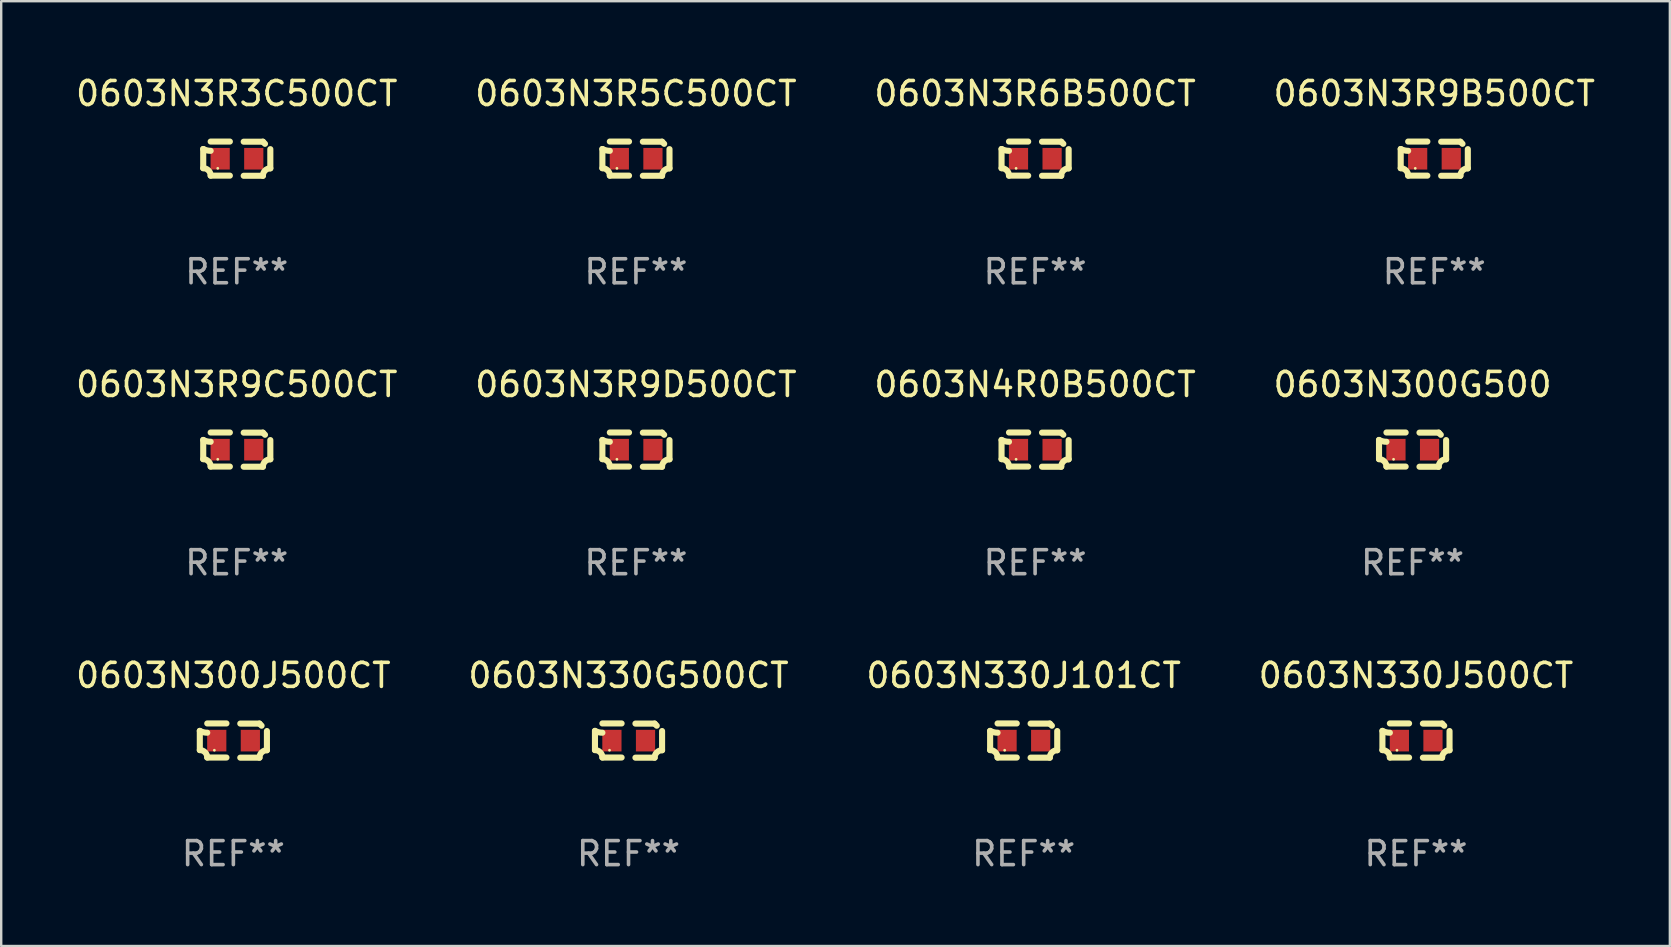
<source format=kicad_pcb>
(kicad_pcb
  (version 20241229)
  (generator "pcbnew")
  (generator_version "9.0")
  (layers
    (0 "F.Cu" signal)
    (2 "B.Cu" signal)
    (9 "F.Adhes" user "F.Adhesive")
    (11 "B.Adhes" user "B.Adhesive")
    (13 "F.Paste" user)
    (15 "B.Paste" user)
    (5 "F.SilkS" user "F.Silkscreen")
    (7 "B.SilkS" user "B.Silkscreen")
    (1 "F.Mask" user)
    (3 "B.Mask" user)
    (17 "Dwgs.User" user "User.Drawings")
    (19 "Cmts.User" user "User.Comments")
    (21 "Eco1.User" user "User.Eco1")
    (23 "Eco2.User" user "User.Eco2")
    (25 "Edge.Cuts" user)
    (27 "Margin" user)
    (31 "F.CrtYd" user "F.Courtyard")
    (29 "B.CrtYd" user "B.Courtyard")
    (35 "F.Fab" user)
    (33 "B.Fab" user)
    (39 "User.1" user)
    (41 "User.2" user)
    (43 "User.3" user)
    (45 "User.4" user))
  (footprint "0603N3R9B500CT"
    (layer "F.Cu")
    (at 56.708 3.561)
    (property "Reference" "0603N3R9B500CT" (at 0 -2.713 0) (layer "F.SilkS") (effects (font (size 1 1) (thickness 0.15))))
    (attr through_hole)
    (fp_line (start -1.398 -0.403) (end -1.398 0.397) (stroke (width 0.254) (type solid)) (layer "F.SilkS"))
    (fp_line (start -0.288 -0.713) (end -1.088 -0.713) (stroke (width 0.254) (type solid)) (layer "F.SilkS"))
    (fp_line (start -0.288 0.707) (end -1.088 0.707) (stroke (width 0.254) (type solid)) (layer "F.SilkS"))
    (fp_line (start 0.288 -0.707) (end 1.088 -0.707) (stroke (width 0.254) (type solid)) (layer "F.SilkS"))
    (fp_line (start 0.288 0.713) (end 1.088 0.713) (stroke (width 0.254) (type solid)) (layer "F.SilkS"))
    (fp_line (start 1.398 -0.397) (end 1.398 0.403) (stroke (width 0.254) (type solid)) (layer "F.SilkS"))
    (fp_arc (start -1.397789 0.397066) (mid -1.178701 0.487826) (end -1.08796 0.706922) (stroke (width 0.254001) (type solid)) (layer "F.SilkS"))
    (fp_arc (start -1.08796 -0.327176) (mid -1.247436 -0.346384) (end -1.39779 -0.402908) (stroke (width 0.254001) (type solid)) (layer "F.SilkS"))
    (fp_arc (start 1.087909 0.712738) (mid 1.178656 0.493655) (end 1.397739 0.402908) (stroke (width 0.254001) (type solid)) (layer "F.SilkS"))
    (fp_arc (start 1.175925 -0.618926) (mid 1.131917 -0.662923) (end 1.08791 -0.706922) (stroke (width 0.254001) (type solid)) (layer "F.SilkS"))
    (fp_circle (center -0.792 0.403) (end -0.762 0.403) (stroke (width 0.06) (type solid)) (fill no) (layer "F.SilkS"))
    (fp_text user "REF**" (at 0 4.713 0) (layer "F.Fab") (effects (font (size 1 1) (thickness 0.15))))
    (pad "1" smd rect (at -0.692 0.003) (size 0.8 0.9) (layers "F.Cu" "F.Mask" "F.Paste"))
    (pad "2" smd rect (at 0.708 0.003) (size 0.8 0.9) (layers "F.Cu" "F.Mask" "F.Paste")))
  (footprint "0603N3R3C500CT"
    (layer "F.Cu")
    (at 6.815 3.561)
    (property "Reference" "0603N3R3C500CT" (at 0 -2.713 0) (layer "F.SilkS") (effects (font (size 1 1) (thickness 0.15))))
    (attr through_hole)
    (fp_line (start -1.398 -0.403) (end -1.398 0.397) (stroke (width 0.254) (type solid)) (layer "F.SilkS"))
    (fp_line (start -0.288 -0.713) (end -1.088 -0.713) (stroke (width 0.254) (type solid)) (layer "F.SilkS"))
    (fp_line (start -0.288 0.707) (end -1.088 0.707) (stroke (width 0.254) (type solid)) (layer "F.SilkS"))
    (fp_line (start 0.288 -0.707) (end 1.088 -0.707) (stroke (width 0.254) (type solid)) (layer "F.SilkS"))
    (fp_line (start 0.288 0.713) (end 1.088 0.713) (stroke (width 0.254) (type solid)) (layer "F.SilkS"))
    (fp_line (start 1.398 -0.397) (end 1.398 0.403) (stroke (width 0.254) (type solid)) (layer "F.SilkS"))
    (fp_arc (start -1.397789 0.397066) (mid -1.178701 0.487826) (end -1.08796 0.706922) (stroke (width 0.254001) (type solid)) (layer "F.SilkS"))
    (fp_arc (start -1.08796 -0.327176) (mid -1.247436 -0.346384) (end -1.39779 -0.402908) (stroke (width 0.254001) (type solid)) (layer "F.SilkS"))
    (fp_arc (start 1.087909 0.712738) (mid 1.178656 0.493655) (end 1.397739 0.402908) (stroke (width 0.254001) (type solid)) (layer "F.SilkS"))
    (fp_arc (start 1.175925 -0.618926) (mid 1.131917 -0.662923) (end 1.08791 -0.706922) (stroke (width 0.254001) (type solid)) (layer "F.SilkS"))
    (fp_circle (center -0.792 0.403) (end -0.762 0.403) (stroke (width 0.06) (type solid)) (fill no) (layer "F.SilkS"))
    (fp_text user "REF**" (at 0 4.713 0) (layer "F.Fab") (effects (font (size 1 1) (thickness 0.15))))
    (pad "1" smd rect (at -0.692 0.003) (size 0.8 0.9) (layers "F.Cu" "F.Mask" "F.Paste"))
    (pad "2" smd rect (at 0.708 0.003) (size 0.8 0.9) (layers "F.Cu" "F.Mask" "F.Paste")))
  (footprint "0603N3R6B500CT"
    (layer "F.Cu")
    (at 40.077 3.561)
    (property "Reference" "0603N3R6B500CT" (at 0 -2.713 0) (layer "F.SilkS") (effects (font (size 1 1) (thickness 0.15))))
    (attr through_hole)
    (fp_line (start -1.398 -0.403) (end -1.398 0.397) (stroke (width 0.254) (type solid)) (layer "F.SilkS"))
    (fp_line (start -0.288 -0.713) (end -1.088 -0.713) (stroke (width 0.254) (type solid)) (layer "F.SilkS"))
    (fp_line (start -0.288 0.707) (end -1.088 0.707) (stroke (width 0.254) (type solid)) (layer "F.SilkS"))
    (fp_line (start 0.288 -0.707) (end 1.088 -0.707) (stroke (width 0.254) (type solid)) (layer "F.SilkS"))
    (fp_line (start 0.288 0.713) (end 1.088 0.713) (stroke (width 0.254) (type solid)) (layer "F.SilkS"))
    (fp_line (start 1.398 -0.397) (end 1.398 0.403) (stroke (width 0.254) (type solid)) (layer "F.SilkS"))
    (fp_arc (start -1.397789 0.397066) (mid -1.178701 0.487826) (end -1.08796 0.706922) (stroke (width 0.254001) (type solid)) (layer "F.SilkS"))
    (fp_arc (start -1.08796 -0.327176) (mid -1.247436 -0.346384) (end -1.39779 -0.402908) (stroke (width 0.254001) (type solid)) (layer "F.SilkS"))
    (fp_arc (start 1.087909 0.712738) (mid 1.178656 0.493655) (end 1.397739 0.402908) (stroke (width 0.254001) (type solid)) (layer "F.SilkS"))
    (fp_arc (start 1.175925 -0.618926) (mid 1.131917 -0.662923) (end 1.08791 -0.706922) (stroke (width 0.254001) (type solid)) (layer "F.SilkS"))
    (fp_circle (center -0.792 0.403) (end -0.762 0.403) (stroke (width 0.06) (type solid)) (fill no) (layer "F.SilkS"))
    (fp_text user "REF**" (at 0 4.713 0) (layer "F.Fab") (effects (font (size 1 1) (thickness 0.15))))
    (pad "1" smd rect (at -0.692 0.003) (size 0.8 0.9) (layers "F.Cu" "F.Mask" "F.Paste"))
    (pad "2" smd rect (at 0.708 0.003) (size 0.8 0.9) (layers "F.Cu" "F.Mask" "F.Paste")))
  (footprint "0603N3R9C500CT"
    (layer "F.Cu")
    (at 6.815 15.683)
    (property "Reference" "0603N3R9C500CT" (at 0 -2.713 0) (layer "F.SilkS") (effects (font (size 1 1) (thickness 0.15))))
    (attr through_hole)
    (fp_line (start -1.398 -0.403) (end -1.398 0.397) (stroke (width 0.254) (type solid)) (layer "F.SilkS"))
    (fp_line (start -0.288 -0.713) (end -1.088 -0.713) (stroke (width 0.254) (type solid)) (layer "F.SilkS"))
    (fp_line (start -0.288 0.707) (end -1.088 0.707) (stroke (width 0.254) (type solid)) (layer "F.SilkS"))
    (fp_line (start 0.288 -0.707) (end 1.088 -0.707) (stroke (width 0.254) (type solid)) (layer "F.SilkS"))
    (fp_line (start 0.288 0.713) (end 1.088 0.713) (stroke (width 0.254) (type solid)) (layer "F.SilkS"))
    (fp_line (start 1.398 -0.397) (end 1.398 0.403) (stroke (width 0.254) (type solid)) (layer "F.SilkS"))
    (fp_arc (start -1.397789 0.397066) (mid -1.178701 0.487826) (end -1.08796 0.706922) (stroke (width 0.254001) (type solid)) (layer "F.SilkS"))
    (fp_arc (start -1.08796 -0.327176) (mid -1.247436 -0.346384) (end -1.39779 -0.402908) (stroke (width 0.254001) (type solid)) (layer "F.SilkS"))
    (fp_arc (start 1.087909 0.712738) (mid 1.178656 0.493655) (end 1.397739 0.402908) (stroke (width 0.254001) (type solid)) (layer "F.SilkS"))
    (fp_arc (start 1.175925 -0.618926) (mid 1.131917 -0.662923) (end 1.08791 -0.706922) (stroke (width 0.254001) (type solid)) (layer "F.SilkS"))
    (fp_circle (center -0.792 0.403) (end -0.762 0.403) (stroke (width 0.06) (type solid)) (fill no) (layer "F.SilkS"))
    (fp_text user "REF**" (at 0 4.713 0) (layer "F.Fab") (effects (font (size 1 1) (thickness 0.15))))
    (pad "1" smd rect (at -0.692 0.003) (size 0.8 0.9) (layers "F.Cu" "F.Mask" "F.Paste"))
    (pad "2" smd rect (at 0.708 0.003) (size 0.8 0.9) (layers "F.Cu" "F.Mask" "F.Paste")))
  (footprint "0603N3R5C500CT"
    (layer "F.Cu")
    (at 23.446 3.561)
    (property "Reference" "0603N3R5C500CT" (at 0 -2.713 0) (layer "F.SilkS") (effects (font (size 1 1) (thickness 0.15))))
    (attr through_hole)
    (fp_line (start -1.398 -0.403) (end -1.398 0.397) (stroke (width 0.254) (type solid)) (layer "F.SilkS"))
    (fp_line (start -0.288 -0.713) (end -1.088 -0.713) (stroke (width 0.254) (type solid)) (layer "F.SilkS"))
    (fp_line (start -0.288 0.707) (end -1.088 0.707) (stroke (width 0.254) (type solid)) (layer "F.SilkS"))
    (fp_line (start 0.288 -0.707) (end 1.088 -0.707) (stroke (width 0.254) (type solid)) (layer "F.SilkS"))
    (fp_line (start 0.288 0.713) (end 1.088 0.713) (stroke (width 0.254) (type solid)) (layer "F.SilkS"))
    (fp_line (start 1.398 -0.397) (end 1.398 0.403) (stroke (width 0.254) (type solid)) (layer "F.SilkS"))
    (fp_arc (start -1.397789 0.397066) (mid -1.178701 0.487826) (end -1.08796 0.706922) (stroke (width 0.254001) (type solid)) (layer "F.SilkS"))
    (fp_arc (start -1.08796 -0.327176) (mid -1.247436 -0.346384) (end -1.39779 -0.402908) (stroke (width 0.254001) (type solid)) (layer "F.SilkS"))
    (fp_arc (start 1.087909 0.712738) (mid 1.178656 0.493655) (end 1.397739 0.402908) (stroke (width 0.254001) (type solid)) (layer "F.SilkS"))
    (fp_arc (start 1.175925 -0.618926) (mid 1.131917 -0.662923) (end 1.08791 -0.706922) (stroke (width 0.254001) (type solid)) (layer "F.SilkS"))
    (fp_circle (center -0.792 0.403) (end -0.762 0.403) (stroke (width 0.06) (type solid)) (fill no) (layer "F.SilkS"))
    (fp_text user "REF**" (at 0 4.713 0) (layer "F.Fab") (effects (font (size 1 1) (thickness 0.15))))
    (pad "1" smd rect (at -0.692 0.003) (size 0.8 0.9) (layers "F.Cu" "F.Mask" "F.Paste"))
    (pad "2" smd rect (at 0.708 0.003) (size 0.8 0.9) (layers "F.Cu" "F.Mask" "F.Paste")))
  (footprint "0603N3R9D500CT"
    (layer "F.Cu")
    (at 23.446 15.683)
    (property "Reference" "0603N3R9D500CT" (at 0 -2.713 0) (layer "F.SilkS") (effects (font (size 1 1) (thickness 0.15))))
    (attr through_hole)
    (fp_line (start -1.398 -0.403) (end -1.398 0.397) (stroke (width 0.254) (type solid)) (layer "F.SilkS"))
    (fp_line (start -0.288 -0.713) (end -1.088 -0.713) (stroke (width 0.254) (type solid)) (layer "F.SilkS"))
    (fp_line (start -0.288 0.707) (end -1.088 0.707) (stroke (width 0.254) (type solid)) (layer "F.SilkS"))
    (fp_line (start 0.288 -0.707) (end 1.088 -0.707) (stroke (width 0.254) (type solid)) (layer "F.SilkS"))
    (fp_line (start 0.288 0.713) (end 1.088 0.713) (stroke (width 0.254) (type solid)) (layer "F.SilkS"))
    (fp_line (start 1.398 -0.397) (end 1.398 0.403) (stroke (width 0.254) (type solid)) (layer "F.SilkS"))
    (fp_arc (start -1.397789 0.397066) (mid -1.178701 0.487826) (end -1.08796 0.706922) (stroke (width 0.254001) (type solid)) (layer "F.SilkS"))
    (fp_arc (start -1.08796 -0.327176) (mid -1.247436 -0.346384) (end -1.39779 -0.402908) (stroke (width 0.254001) (type solid)) (layer "F.SilkS"))
    (fp_arc (start 1.087909 0.712738) (mid 1.178656 0.493655) (end 1.397739 0.402908) (stroke (width 0.254001) (type solid)) (layer "F.SilkS"))
    (fp_arc (start 1.175925 -0.618926) (mid 1.131917 -0.662923) (end 1.08791 -0.706922) (stroke (width 0.254001) (type solid)) (layer "F.SilkS"))
    (fp_circle (center -0.792 0.403) (end -0.762 0.403) (stroke (width 0.06) (type solid)) (fill no) (layer "F.SilkS"))
    (fp_text user "REF**" (at 0 4.713 0) (layer "F.Fab") (effects (font (size 1 1) (thickness 0.15))))
    (pad "1" smd rect (at -0.692 0.003) (size 0.8 0.9) (layers "F.Cu" "F.Mask" "F.Paste"))
    (pad "2" smd rect (at 0.708 0.003) (size 0.8 0.9) (layers "F.Cu" "F.Mask" "F.Paste")))
  (footprint "0603N300G500"
    (layer "F.Cu")
    (at 55.804 15.683)
    (property "Reference" "0603N300G500" (at 0 -2.713 0) (layer "F.SilkS") (effects (font (size 1 1) (thickness 0.15))))
    (attr through_hole)
    (fp_line (start -1.398 -0.403) (end -1.398 0.397) (stroke (width 0.254) (type solid)) (layer "F.SilkS"))
    (fp_line (start -0.288 -0.713) (end -1.088 -0.713) (stroke (width 0.254) (type solid)) (layer "F.SilkS"))
    (fp_line (start -0.288 0.707) (end -1.088 0.707) (stroke (width 0.254) (type solid)) (layer "F.SilkS"))
    (fp_line (start 0.288 -0.707) (end 1.088 -0.707) (stroke (width 0.254) (type solid)) (layer "F.SilkS"))
    (fp_line (start 0.288 0.713) (end 1.088 0.713) (stroke (width 0.254) (type solid)) (layer "F.SilkS"))
    (fp_line (start 1.398 -0.397) (end 1.398 0.403) (stroke (width 0.254) (type solid)) (layer "F.SilkS"))
    (fp_arc (start -1.397789 0.397066) (mid -1.178701 0.487826) (end -1.08796 0.706922) (stroke (width 0.254001) (type solid)) (layer "F.SilkS"))
    (fp_arc (start -1.08796 -0.327176) (mid -1.247436 -0.346384) (end -1.39779 -0.402908) (stroke (width 0.254001) (type solid)) (layer "F.SilkS"))
    (fp_arc (start 1.087909 0.712738) (mid 1.178656 0.493655) (end 1.397739 0.402908) (stroke (width 0.254001) (type solid)) (layer "F.SilkS"))
    (fp_arc (start 1.175925 -0.618926) (mid 1.131917 -0.662923) (end 1.08791 -0.706922) (stroke (width 0.254001) (type solid)) (layer "F.SilkS"))
    (fp_circle (center -0.792 0.403) (end -0.762 0.403) (stroke (width 0.06) (type solid)) (fill no) (layer "F.SilkS"))
    (fp_text user "REF**" (at 0 4.713 0) (layer "F.Fab") (effects (font (size 1 1) (thickness 0.15))))
    (pad "1" smd rect (at -0.692 0.003) (size 0.8 0.9) (layers "F.Cu" "F.Mask" "F.Paste"))
    (pad "2" smd rect (at 0.708 0.003) (size 0.8 0.9) (layers "F.Cu" "F.Mask" "F.Paste")))
  (footprint "0603N330J101CT"
    (layer "F.Cu")
    (at 39.601 27.805)
    (property "Reference" "0603N330J101CT" (at 0 -2.713 0) (layer "F.SilkS") (effects (font (size 1 1) (thickness 0.15))))
    (attr through_hole)
    (fp_line (start -1.398 -0.403) (end -1.398 0.397) (stroke (width 0.254) (type solid)) (layer "F.SilkS"))
    (fp_line (start -0.288 -0.713) (end -1.088 -0.713) (stroke (width 0.254) (type solid)) (layer "F.SilkS"))
    (fp_line (start -0.288 0.707) (end -1.088 0.707) (stroke (width 0.254) (type solid)) (layer "F.SilkS"))
    (fp_line (start 0.288 -0.707) (end 1.088 -0.707) (stroke (width 0.254) (type solid)) (layer "F.SilkS"))
    (fp_line (start 0.288 0.713) (end 1.088 0.713) (stroke (width 0.254) (type solid)) (layer "F.SilkS"))
    (fp_line (start 1.398 -0.397) (end 1.398 0.403) (stroke (width 0.254) (type solid)) (layer "F.SilkS"))
    (fp_arc (start -1.397789 0.397066) (mid -1.178701 0.487826) (end -1.08796 0.706922) (stroke (width 0.254001) (type solid)) (layer "F.SilkS"))
    (fp_arc (start -1.08796 -0.327176) (mid -1.247436 -0.346384) (end -1.39779 -0.402908) (stroke (width 0.254001) (type solid)) (layer "F.SilkS"))
    (fp_arc (start 1.087909 0.712738) (mid 1.178656 0.493655) (end 1.397739 0.402908) (stroke (width 0.254001) (type solid)) (layer "F.SilkS"))
    (fp_arc (start 1.175925 -0.618926) (mid 1.131917 -0.662923) (end 1.08791 -0.706922) (stroke (width 0.254001) (type solid)) (layer "F.SilkS"))
    (fp_circle (center -0.792 0.403) (end -0.762 0.403) (stroke (width 0.06) (type solid)) (fill no) (layer "F.SilkS"))
    (fp_text user "REF**" (at 0 4.713 0) (layer "F.Fab") (effects (font (size 1 1) (thickness 0.15))))
    (pad "1" smd rect (at -0.692 0.003) (size 0.8 0.9) (layers "F.Cu" "F.Mask" "F.Paste"))
    (pad "2" smd rect (at 0.708 0.003) (size 0.8 0.9) (layers "F.Cu" "F.Mask" "F.Paste")))
  (footprint "0603N330G500CT"
    (layer "F.Cu")
    (at 23.137 27.805)
    (property "Reference" "0603N330G500CT" (at 0 -2.713 0) (layer "F.SilkS") (effects (font (size 1 1) (thickness 0.15))))
    (attr through_hole)
    (fp_line (start -1.398 -0.403) (end -1.398 0.397) (stroke (width 0.254) (type solid)) (layer "F.SilkS"))
    (fp_line (start -0.288 -0.713) (end -1.088 -0.713) (stroke (width 0.254) (type solid)) (layer "F.SilkS"))
    (fp_line (start -0.288 0.707) (end -1.088 0.707) (stroke (width 0.254) (type solid)) (layer "F.SilkS"))
    (fp_line (start 0.288 -0.707) (end 1.088 -0.707) (stroke (width 0.254) (type solid)) (layer "F.SilkS"))
    (fp_line (start 0.288 0.713) (end 1.088 0.713) (stroke (width 0.254) (type solid)) (layer "F.SilkS"))
    (fp_line (start 1.398 -0.397) (end 1.398 0.403) (stroke (width 0.254) (type solid)) (layer "F.SilkS"))
    (fp_arc (start -1.397789 0.397066) (mid -1.178701 0.487826) (end -1.08796 0.706922) (stroke (width 0.254001) (type solid)) (layer "F.SilkS"))
    (fp_arc (start -1.08796 -0.327176) (mid -1.247436 -0.346384) (end -1.39779 -0.402908) (stroke (width 0.254001) (type solid)) (layer "F.SilkS"))
    (fp_arc (start 1.087909 0.712738) (mid 1.178656 0.493655) (end 1.397739 0.402908) (stroke (width 0.254001) (type solid)) (layer "F.SilkS"))
    (fp_arc (start 1.175925 -0.618926) (mid 1.131917 -0.662923) (end 1.08791 -0.706922) (stroke (width 0.254001) (type solid)) (layer "F.SilkS"))
    (fp_circle (center -0.792 0.403) (end -0.762 0.403) (stroke (width 0.06) (type solid)) (fill no) (layer "F.SilkS"))
    (fp_text user "REF**" (at 0 4.713 0) (layer "F.Fab") (effects (font (size 1 1) (thickness 0.15))))
    (pad "1" smd rect (at -0.692 0.003) (size 0.8 0.9) (layers "F.Cu" "F.Mask" "F.Paste"))
    (pad "2" smd rect (at 0.708 0.003) (size 0.8 0.9) (layers "F.Cu" "F.Mask" "F.Paste")))
  (footprint "0603N4R0B500CT"
    (layer "F.Cu")
    (at 40.077 15.683)
    (property "Reference" "0603N4R0B500CT" (at 0 -2.713 0) (layer "F.SilkS") (effects (font (size 1 1) (thickness 0.15))))
    (attr through_hole)
    (fp_line (start -1.398 -0.403) (end -1.398 0.397) (stroke (width 0.254) (type solid)) (layer "F.SilkS"))
    (fp_line (start -0.288 -0.713) (end -1.088 -0.713) (stroke (width 0.254) (type solid)) (layer "F.SilkS"))
    (fp_line (start -0.288 0.707) (end -1.088 0.707) (stroke (width 0.254) (type solid)) (layer "F.SilkS"))
    (fp_line (start 0.288 -0.707) (end 1.088 -0.707) (stroke (width 0.254) (type solid)) (layer "F.SilkS"))
    (fp_line (start 0.288 0.713) (end 1.088 0.713) (stroke (width 0.254) (type solid)) (layer "F.SilkS"))
    (fp_line (start 1.398 -0.397) (end 1.398 0.403) (stroke (width 0.254) (type solid)) (layer "F.SilkS"))
    (fp_arc (start -1.397789 0.397066) (mid -1.178701 0.487826) (end -1.08796 0.706922) (stroke (width 0.254001) (type solid)) (layer "F.SilkS"))
    (fp_arc (start -1.08796 -0.327176) (mid -1.247436 -0.346384) (end -1.39779 -0.402908) (stroke (width 0.254001) (type solid)) (layer "F.SilkS"))
    (fp_arc (start 1.087909 0.712738) (mid 1.178656 0.493655) (end 1.397739 0.402908) (stroke (width 0.254001) (type solid)) (layer "F.SilkS"))
    (fp_arc (start 1.175925 -0.618926) (mid 1.131917 -0.662923) (end 1.08791 -0.706922) (stroke (width 0.254001) (type solid)) (layer "F.SilkS"))
    (fp_circle (center -0.792 0.403) (end -0.762 0.403) (stroke (width 0.06) (type solid)) (fill no) (layer "F.SilkS"))
    (fp_text user "REF**" (at 0 4.713 0) (layer "F.Fab") (effects (font (size 1 1) (thickness 0.15))))
    (pad "1" smd rect (at -0.692 0.003) (size 0.8 0.9) (layers "F.Cu" "F.Mask" "F.Paste"))
    (pad "2" smd rect (at 0.708 0.003) (size 0.8 0.9) (layers "F.Cu" "F.Mask" "F.Paste")))
  (footprint "0603N300J500CT"
    (layer "F.Cu")
    (at 6.673 27.805)
    (property "Reference" "0603N300J500CT" (at 0 -2.713 0) (layer "F.SilkS") (effects (font (size 1 1) (thickness 0.15))))
    (attr through_hole)
    (fp_line (start -1.398 -0.403) (end -1.398 0.397) (stroke (width 0.254) (type solid)) (layer "F.SilkS"))
    (fp_line (start -0.288 -0.713) (end -1.088 -0.713) (stroke (width 0.254) (type solid)) (layer "F.SilkS"))
    (fp_line (start -0.288 0.707) (end -1.088 0.707) (stroke (width 0.254) (type solid)) (layer "F.SilkS"))
    (fp_line (start 0.288 -0.707) (end 1.088 -0.707) (stroke (width 0.254) (type solid)) (layer "F.SilkS"))
    (fp_line (start 0.288 0.713) (end 1.088 0.713) (stroke (width 0.254) (type solid)) (layer "F.SilkS"))
    (fp_line (start 1.398 -0.397) (end 1.398 0.403) (stroke (width 0.254) (type solid)) (layer "F.SilkS"))
    (fp_arc (start -1.397789 0.397066) (mid -1.178701 0.487826) (end -1.08796 0.706922) (stroke (width 0.254001) (type solid)) (layer "F.SilkS"))
    (fp_arc (start -1.08796 -0.327176) (mid -1.247436 -0.346384) (end -1.39779 -0.402908) (stroke (width 0.254001) (type solid)) (layer "F.SilkS"))
    (fp_arc (start 1.087909 0.712738) (mid 1.178656 0.493655) (end 1.397739 0.402908) (stroke (width 0.254001) (type solid)) (layer "F.SilkS"))
    (fp_arc (start 1.175925 -0.618926) (mid 1.131917 -0.662923) (end 1.08791 -0.706922) (stroke (width 0.254001) (type solid)) (layer "F.SilkS"))
    (fp_circle (center -0.792 0.403) (end -0.762 0.403) (stroke (width 0.06) (type solid)) (fill no) (layer "F.SilkS"))
    (fp_text user "REF**" (at 0 4.713 0) (layer "F.Fab") (effects (font (size 1 1) (thickness 0.15))))
    (pad "1" smd rect (at -0.692 0.003) (size 0.8 0.9) (layers "F.Cu" "F.Mask" "F.Paste"))
    (pad "2" smd rect (at 0.708 0.003) (size 0.8 0.9) (layers "F.Cu" "F.Mask" "F.Paste")))
  (footprint "0603N330J500CT"
    (layer "F.Cu")
    (at 55.946 27.805)
    (property "Reference" "0603N330J500CT" (at 0 -2.713 0) (layer "F.SilkS") (effects (font (size 1 1) (thickness 0.15))))
    (attr through_hole)
    (fp_line (start -1.398 -0.403) (end -1.398 0.397) (stroke (width 0.254) (type solid)) (layer "F.SilkS"))
    (fp_line (start -0.288 -0.713) (end -1.088 -0.713) (stroke (width 0.254) (type solid)) (layer "F.SilkS"))
    (fp_line (start -0.288 0.707) (end -1.088 0.707) (stroke (width 0.254) (type solid)) (layer "F.SilkS"))
    (fp_line (start 0.288 -0.707) (end 1.088 -0.707) (stroke (width 0.254) (type solid)) (layer "F.SilkS"))
    (fp_line (start 0.288 0.713) (end 1.088 0.713) (stroke (width 0.254) (type solid)) (layer "F.SilkS"))
    (fp_line (start 1.398 -0.397) (end 1.398 0.403) (stroke (width 0.254) (type solid)) (layer "F.SilkS"))
    (fp_arc (start -1.397789 0.397066) (mid -1.178701 0.487826) (end -1.08796 0.706922) (stroke (width 0.254001) (type solid)) (layer "F.SilkS"))
    (fp_arc (start -1.08796 -0.327176) (mid -1.247436 -0.346384) (end -1.39779 -0.402908) (stroke (width 0.254001) (type solid)) (layer "F.SilkS"))
    (fp_arc (start 1.087909 0.712738) (mid 1.178656 0.493655) (end 1.397739 0.402908) (stroke (width 0.254001) (type solid)) (layer "F.SilkS"))
    (fp_arc (start 1.175925 -0.618926) (mid 1.131917 -0.662923) (end 1.08791 -0.706922) (stroke (width 0.254001) (type solid)) (layer "F.SilkS"))
    (fp_circle (center -0.792 0.403) (end -0.762 0.403) (stroke (width 0.06) (type solid)) (fill no) (layer "F.SilkS"))
    (fp_text user "REF**" (at 0 4.713 0) (layer "F.Fab") (effects (font (size 1 1) (thickness 0.15))))
    (pad "1" smd rect (at -0.692 0.003) (size 0.8 0.9) (layers "F.Cu" "F.Mask" "F.Paste"))
    (pad "2" smd rect (at 0.708 0.003) (size 0.8 0.9) (layers "F.Cu" "F.Mask" "F.Paste")))
  (gr_rect
    (start -3 -3)
    (end 66.524 36.366)
    (stroke (width 0.1) (type default))
    (fill no)
    (layer "Edge.Cuts")))
</source>
